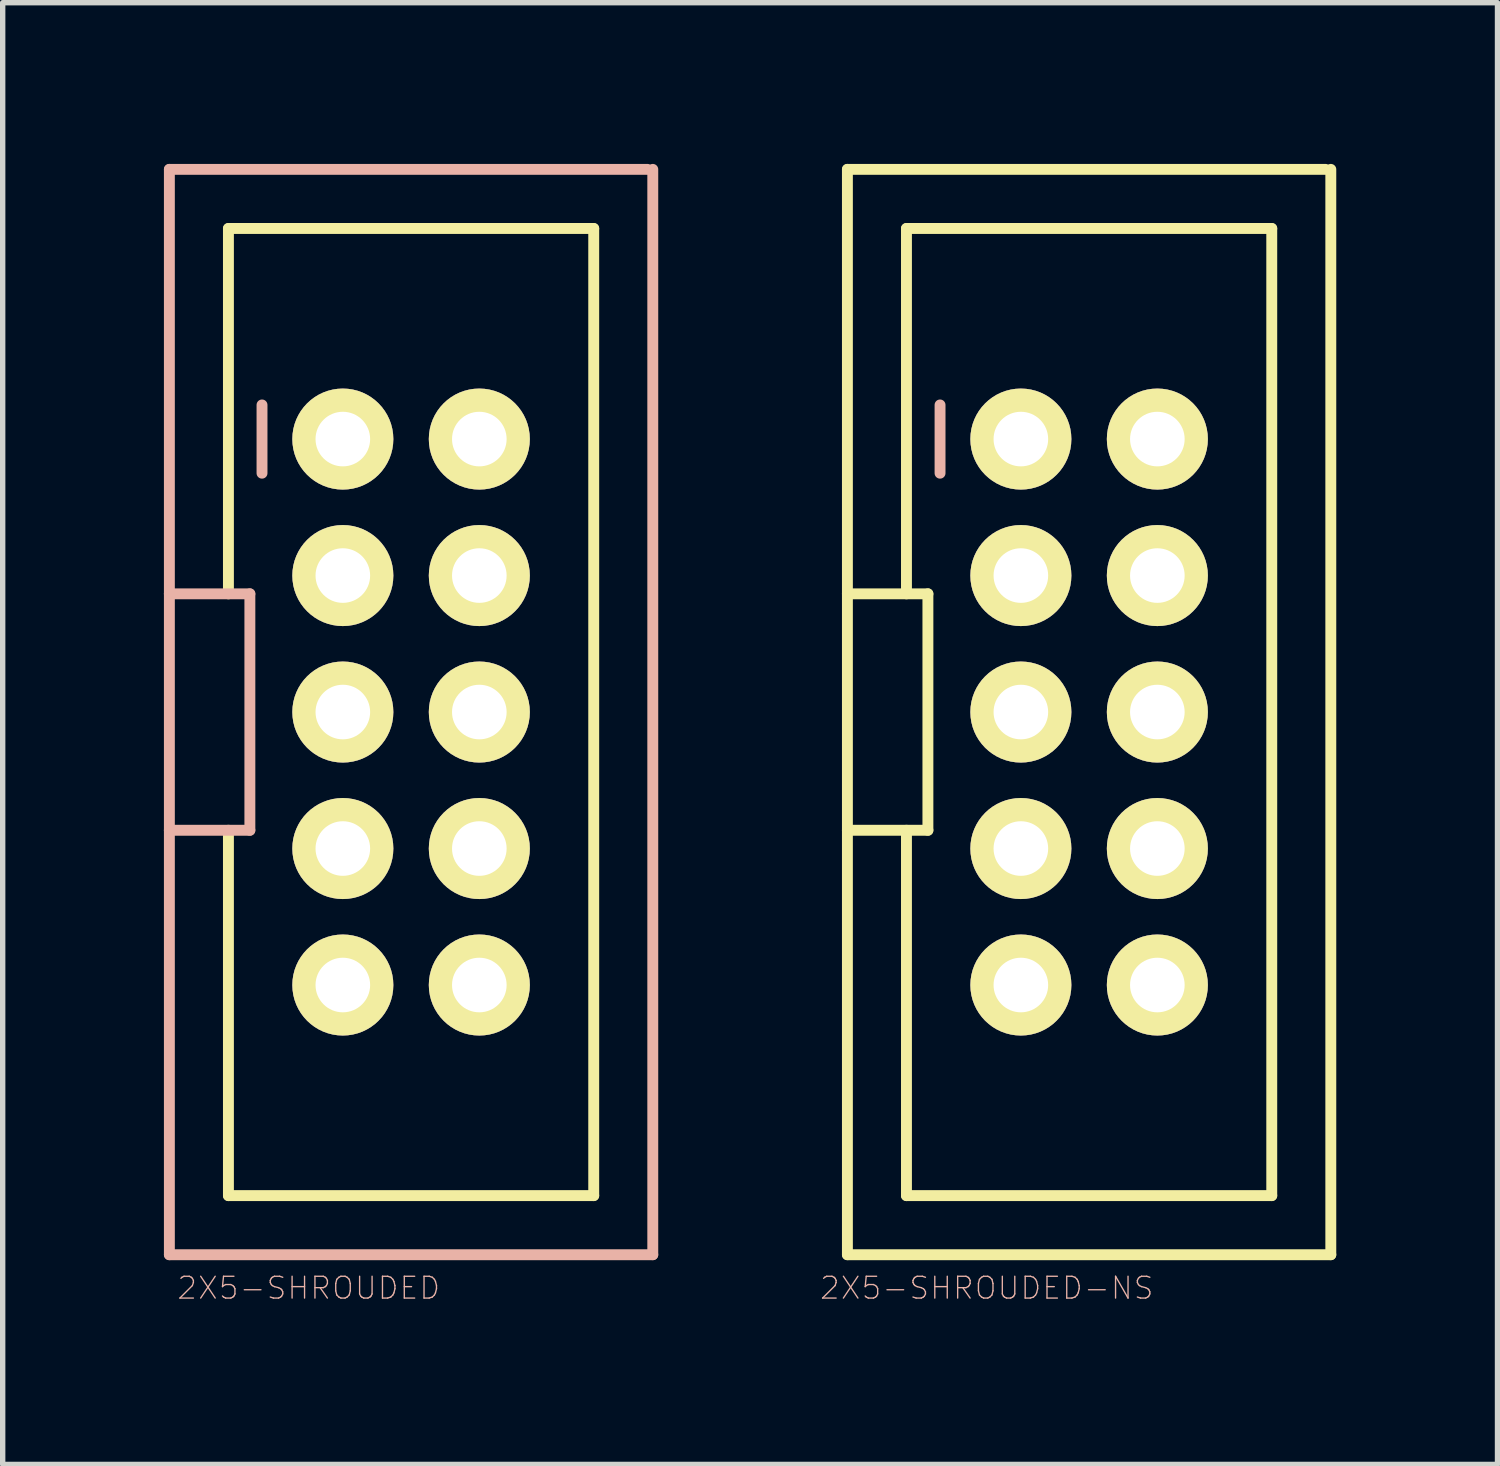
<source format=kicad_pcb>
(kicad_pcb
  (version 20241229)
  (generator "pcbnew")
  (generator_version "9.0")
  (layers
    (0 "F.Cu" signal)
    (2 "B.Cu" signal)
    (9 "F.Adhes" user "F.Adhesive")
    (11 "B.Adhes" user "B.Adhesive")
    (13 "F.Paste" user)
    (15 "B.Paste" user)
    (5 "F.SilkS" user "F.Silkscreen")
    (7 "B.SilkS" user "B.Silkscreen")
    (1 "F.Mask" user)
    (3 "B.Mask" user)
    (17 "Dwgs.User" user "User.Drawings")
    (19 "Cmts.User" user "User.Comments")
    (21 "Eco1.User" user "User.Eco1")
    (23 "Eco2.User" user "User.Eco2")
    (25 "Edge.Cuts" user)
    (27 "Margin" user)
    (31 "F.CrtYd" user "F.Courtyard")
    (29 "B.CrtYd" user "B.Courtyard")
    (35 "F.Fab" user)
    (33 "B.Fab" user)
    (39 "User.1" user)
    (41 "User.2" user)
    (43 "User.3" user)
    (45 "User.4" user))
  (footprint "2X5-SHROUDED-NS"
    (layer "F.Cu")
    (at 17.218 10.201)
    (property "Reference" "2X5-SHROUDED-NS" (at -1.905 10.719 0) (layer "B.SilkS") (effects (font (size 0.406 0.406) (thickness 0.025))))
    (attr exclude_from_pos_files exclude_from_bom)
    (fp_line (start -4.498 -10.099) (end 4.399 -10.099) (stroke (width 0.203) (type solid)) (layer "F.SilkS"))
    (fp_line (start -4.498 -2.2) (end -4.498 -10.099) (stroke (width 0.203) (type solid)) (layer "F.SilkS"))
    (fp_line (start -4.498 -2.2) (end -3 -2.2) (stroke (width 0.203) (type solid)) (layer "F.SilkS"))
    (fp_line (start -4.498 2.2) (end -4.498 -2.2) (stroke (width 0.203) (type solid)) (layer "F.SilkS"))
    (fp_line (start -4.498 10.099) (end -4.498 2.2) (stroke (width 0.203) (type solid)) (layer "F.SilkS"))
    (fp_line (start -3.399 -8.999) (end -3.399 -2.2) (stroke (width 0.203) (type solid)) (layer "F.SilkS"))
    (fp_line (start -3.399 -8.999) (end 3.399 -8.999) (stroke (width 0.203) (type solid)) (layer "F.SilkS"))
    (fp_line (start -3.399 8.999) (end -3.399 2.2) (stroke (width 0.203) (type solid)) (layer "F.SilkS"))
    (fp_line (start -3.399 8.999) (end 3.399 8.999) (stroke (width 0.203) (type solid)) (layer "F.SilkS"))
    (fp_line (start -3 -2.2) (end -3 2.2) (stroke (width 0.203) (type solid)) (layer "F.SilkS"))
    (fp_line (start -3 2.2) (end -4.498 2.2) (stroke (width 0.203) (type solid)) (layer "F.SilkS"))
    (fp_line (start -1.524 -5.334) (end -1.016 -5.334) (stroke (width 0.066) (type solid)) (layer "F.SilkS"))
    (fp_line (start -1.524 -4.826) (end -1.524 -5.334) (stroke (width 0.066) (type solid)) (layer "F.SilkS"))
    (fp_line (start -1.524 -4.826) (end -1.016 -4.826) (stroke (width 0.066) (type solid)) (layer "F.SilkS"))
    (fp_line (start -1.524 -2.794) (end -1.016 -2.794) (stroke (width 0.066) (type solid)) (layer "F.SilkS"))
    (fp_line (start -1.524 -2.286) (end -1.524 -2.794) (stroke (width 0.066) (type solid)) (layer "F.SilkS"))
    (fp_line (start -1.524 -2.286) (end -1.016 -2.286) (stroke (width 0.066) (type solid)) (layer "F.SilkS"))
    (fp_line (start -1.524 -0.254) (end -1.016 -0.254) (stroke (width 0.066) (type solid)) (layer "F.SilkS"))
    (fp_line (start -1.524 0.254) (end -1.524 -0.254) (stroke (width 0.066) (type solid)) (layer "F.SilkS"))
    (fp_line (start -1.524 0.254) (end -1.016 0.254) (stroke (width 0.066) (type solid)) (layer "F.SilkS"))
    (fp_line (start -1.524 2.286) (end -1.016 2.286) (stroke (width 0.066) (type solid)) (layer "F.SilkS"))
    (fp_line (start -1.524 2.286) (end -1.016 2.286) (stroke (width 0.066) (type solid)) (layer "F.SilkS"))
    (fp_line (start -1.524 2.794) (end -1.524 2.286) (stroke (width 0.066) (type solid)) (layer "F.SilkS"))
    (fp_line (start -1.524 2.794) (end -1.524 2.286) (stroke (width 0.066) (type solid)) (layer "F.SilkS"))
    (fp_line (start -1.524 2.794) (end -1.016 2.794) (stroke (width 0.066) (type solid)) (layer "F.SilkS"))
    (fp_line (start -1.524 2.794) (end -1.016 2.794) (stroke (width 0.066) (type solid)) (layer "F.SilkS"))
    (fp_line (start -1.524 4.826) (end -1.016 4.826) (stroke (width 0.066) (type solid)) (layer "F.SilkS"))
    (fp_line (start -1.524 5.334) (end -1.524 4.826) (stroke (width 0.066) (type solid)) (layer "F.SilkS"))
    (fp_line (start -1.524 5.334) (end -1.016 5.334) (stroke (width 0.066) (type solid)) (layer "F.SilkS"))
    (fp_line (start -1.016 -4.826) (end -1.016 -5.334) (stroke (width 0.066) (type solid)) (layer "F.SilkS"))
    (fp_line (start -1.016 -2.286) (end -1.016 -2.794) (stroke (width 0.066) (type solid)) (layer "F.SilkS"))
    (fp_line (start -1.016 0.254) (end -1.016 -0.254) (stroke (width 0.066) (type solid)) (layer "F.SilkS"))
    (fp_line (start -1.016 2.794) (end -1.016 2.286) (stroke (width 0.066) (type solid)) (layer "F.SilkS"))
    (fp_line (start -1.016 2.794) (end -1.016 2.286) (stroke (width 0.066) (type solid)) (layer "F.SilkS"))
    (fp_line (start -1.016 5.334) (end -1.016 4.826) (stroke (width 0.066) (type solid)) (layer "F.SilkS"))
    (fp_line (start 1.016 -5.334) (end 1.524 -5.334) (stroke (width 0.066) (type solid)) (layer "F.SilkS"))
    (fp_line (start 1.016 -4.826) (end 1.016 -5.334) (stroke (width 0.066) (type solid)) (layer "F.SilkS"))
    (fp_line (start 1.016 -4.826) (end 1.524 -4.826) (stroke (width 0.066) (type solid)) (layer "F.SilkS"))
    (fp_line (start 1.016 -2.794) (end 1.524 -2.794) (stroke (width 0.066) (type solid)) (layer "F.SilkS"))
    (fp_line (start 1.016 -2.286) (end 1.016 -2.794) (stroke (width 0.066) (type solid)) (layer "F.SilkS"))
    (fp_line (start 1.016 -2.286) (end 1.524 -2.286) (stroke (width 0.066) (type solid)) (layer "F.SilkS"))
    (fp_line (start 1.016 -0.254) (end 1.524 -0.254) (stroke (width 0.066) (type solid)) (layer "F.SilkS"))
    (fp_line (start 1.016 0.254) (end 1.016 -0.254) (stroke (width 0.066) (type solid)) (layer "F.SilkS"))
    (fp_line (start 1.016 0.254) (end 1.524 0.254) (stroke (width 0.066) (type solid)) (layer "F.SilkS"))
    (fp_line (start 1.016 2.286) (end 1.524 2.286) (stroke (width 0.066) (type solid)) (layer "F.SilkS"))
    (fp_line (start 1.016 2.286) (end 1.524 2.286) (stroke (width 0.066) (type solid)) (layer "F.SilkS"))
    (fp_line (start 1.016 2.794) (end 1.016 2.286) (stroke (width 0.066) (type solid)) (layer "F.SilkS"))
    (fp_line (start 1.016 2.794) (end 1.016 2.286) (stroke (width 0.066) (type solid)) (layer "F.SilkS"))
    (fp_line (start 1.016 2.794) (end 1.524 2.794) (stroke (width 0.066) (type solid)) (layer "F.SilkS"))
    (fp_line (start 1.016 2.794) (end 1.524 2.794) (stroke (width 0.066) (type solid)) (layer "F.SilkS"))
    (fp_line (start 1.016 4.826) (end 1.524 4.826) (stroke (width 0.066) (type solid)) (layer "F.SilkS"))
    (fp_line (start 1.016 5.334) (end 1.016 4.826) (stroke (width 0.066) (type solid)) (layer "F.SilkS"))
    (fp_line (start 1.016 5.334) (end 1.524 5.334) (stroke (width 0.066) (type solid)) (layer "F.SilkS"))
    (fp_line (start 1.524 -4.826) (end 1.524 -5.334) (stroke (width 0.066) (type solid)) (layer "F.SilkS"))
    (fp_line (start 1.524 -2.286) (end 1.524 -2.794) (stroke (width 0.066) (type solid)) (layer "F.SilkS"))
    (fp_line (start 1.524 0.254) (end 1.524 -0.254) (stroke (width 0.066) (type solid)) (layer "F.SilkS"))
    (fp_line (start 1.524 2.794) (end 1.524 2.286) (stroke (width 0.066) (type solid)) (layer "F.SilkS"))
    (fp_line (start 1.524 2.794) (end 1.524 2.286) (stroke (width 0.066) (type solid)) (layer "F.SilkS"))
    (fp_line (start 1.524 5.334) (end 1.524 4.826) (stroke (width 0.066) (type solid)) (layer "F.SilkS"))
    (fp_line (start 3.399 -8.999) (end 3.399 8.999) (stroke (width 0.203) (type solid)) (layer "F.SilkS"))
    (fp_line (start 4.498 -10.099) (end 4.498 10.099) (stroke (width 0.203) (type solid)) (layer "F.SilkS"))
    (fp_line (start 4.498 10.099) (end -4.498 10.099) (stroke (width 0.203) (type solid)) (layer "F.SilkS"))
    (fp_line (start -2.774 -5.715) (end -2.774 -4.445) (stroke (width 0.203) (type solid)) (layer "B.SilkS"))
    (pad "1" thru_hole circle (at -1.27 -5.08) (size 1.88 1.88) (drill 1.016) (layers "*.Cu" "F.Mask" "F.SilkS" "F.Paste"))
    (pad "2" thru_hole circle (at 1.27 -5.08) (size 1.88 1.88) (drill 1.016) (layers "*.Cu" "F.Mask" "F.SilkS" "F.Paste"))
    (pad "3" thru_hole circle (at -1.27 -2.54) (size 1.88 1.88) (drill 1.016) (layers "*.Cu" "F.Mask" "F.SilkS" "F.Paste"))
    (pad "4" thru_hole circle (at 1.27 -2.54) (size 1.88 1.88) (drill 1.016) (layers "*.Cu" "F.Mask" "F.SilkS" "F.Paste"))
    (pad "5" thru_hole circle (at -1.27 0) (size 1.88 1.88) (drill 1.016) (layers "*.Cu" "F.Mask" "F.SilkS" "F.Paste"))
    (pad "6" thru_hole circle (at 1.27 0) (size 1.88 1.88) (drill 1.016) (layers "*.Cu" "F.Mask" "F.SilkS" "F.Paste"))
    (pad "7" thru_hole circle (at -1.27 2.54) (size 1.88 1.88) (drill 1.016) (layers "*.Cu" "F.Mask" "F.SilkS" "F.Paste"))
    (pad "8" thru_hole circle (at 1.27 2.54) (size 1.88 1.88) (drill 1.016) (layers "*.Cu" "F.Mask" "F.SilkS" "F.Paste"))
    (pad "9" thru_hole circle (at -1.27 5.08) (size 1.88 1.88) (drill 1.016) (layers "*.Cu" "F.Mask" "F.SilkS" "F.Paste"))
    (pad "10" thru_hole circle (at 1.27 5.08) (size 1.88 1.88) (drill 1.016) (layers "*.Cu" "F.Mask" "F.SilkS" "F.Paste")))
  (footprint "2X5-SHROUDED"
    (layer "F.Cu")
    (at 4.6 10.201)
    (property "Reference" "2X5-SHROUDED" (at -1.905 10.719 0) (layer "B.SilkS") (effects (font (size 0.406 0.406) (thickness 0.025))))
    (attr exclude_from_pos_files exclude_from_bom)
    (fp_line (start -3.399 -8.999) (end -3.399 -2.2) (stroke (width 0.203) (type solid)) (layer "F.SilkS"))
    (fp_line (start -3.399 -8.999) (end 3.399 -8.999) (stroke (width 0.203) (type solid)) (layer "F.SilkS"))
    (fp_line (start -3.399 8.999) (end -3.399 2.2) (stroke (width 0.203) (type solid)) (layer "F.SilkS"))
    (fp_line (start -3.399 8.999) (end 3.399 8.999) (stroke (width 0.203) (type solid)) (layer "F.SilkS"))
    (fp_line (start -1.524 -5.334) (end -1.016 -5.334) (stroke (width 0.066) (type solid)) (layer "F.SilkS"))
    (fp_line (start -1.524 -4.826) (end -1.524 -5.334) (stroke (width 0.066) (type solid)) (layer "F.SilkS"))
    (fp_line (start -1.524 -4.826) (end -1.016 -4.826) (stroke (width 0.066) (type solid)) (layer "F.SilkS"))
    (fp_line (start -1.524 -2.794) (end -1.016 -2.794) (stroke (width 0.066) (type solid)) (layer "F.SilkS"))
    (fp_line (start -1.524 -2.286) (end -1.524 -2.794) (stroke (width 0.066) (type solid)) (layer "F.SilkS"))
    (fp_line (start -1.524 -2.286) (end -1.016 -2.286) (stroke (width 0.066) (type solid)) (layer "F.SilkS"))
    (fp_line (start -1.524 -0.254) (end -1.016 -0.254) (stroke (width 0.066) (type solid)) (layer "F.SilkS"))
    (fp_line (start -1.524 0.254) (end -1.524 -0.254) (stroke (width 0.066) (type solid)) (layer "F.SilkS"))
    (fp_line (start -1.524 0.254) (end -1.016 0.254) (stroke (width 0.066) (type solid)) (layer "F.SilkS"))
    (fp_line (start -1.524 2.286) (end -1.016 2.286) (stroke (width 0.066) (type solid)) (layer "F.SilkS"))
    (fp_line (start -1.524 2.286) (end -1.016 2.286) (stroke (width 0.066) (type solid)) (layer "F.SilkS"))
    (fp_line (start -1.524 2.794) (end -1.524 2.286) (stroke (width 0.066) (type solid)) (layer "F.SilkS"))
    (fp_line (start -1.524 2.794) (end -1.524 2.286) (stroke (width 0.066) (type solid)) (layer "F.SilkS"))
    (fp_line (start -1.524 2.794) (end -1.016 2.794) (stroke (width 0.066) (type solid)) (layer "F.SilkS"))
    (fp_line (start -1.524 2.794) (end -1.016 2.794) (stroke (width 0.066) (type solid)) (layer "F.SilkS"))
    (fp_line (start -1.524 4.826) (end -1.016 4.826) (stroke (width 0.066) (type solid)) (layer "F.SilkS"))
    (fp_line (start -1.524 5.334) (end -1.524 4.826) (stroke (width 0.066) (type solid)) (layer "F.SilkS"))
    (fp_line (start -1.524 5.334) (end -1.016 5.334) (stroke (width 0.066) (type solid)) (layer "F.SilkS"))
    (fp_line (start -1.016 -4.826) (end -1.016 -5.334) (stroke (width 0.066) (type solid)) (layer "F.SilkS"))
    (fp_line (start -1.016 -2.286) (end -1.016 -2.794) (stroke (width 0.066) (type solid)) (layer "F.SilkS"))
    (fp_line (start -1.016 0.254) (end -1.016 -0.254) (stroke (width 0.066) (type solid)) (layer "F.SilkS"))
    (fp_line (start -1.016 2.794) (end -1.016 2.286) (stroke (width 0.066) (type solid)) (layer "F.SilkS"))
    (fp_line (start -1.016 2.794) (end -1.016 2.286) (stroke (width 0.066) (type solid)) (layer "F.SilkS"))
    (fp_line (start -1.016 5.334) (end -1.016 4.826) (stroke (width 0.066) (type solid)) (layer "F.SilkS"))
    (fp_line (start 1.016 -5.334) (end 1.524 -5.334) (stroke (width 0.066) (type solid)) (layer "F.SilkS"))
    (fp_line (start 1.016 -4.826) (end 1.016 -5.334) (stroke (width 0.066) (type solid)) (layer "F.SilkS"))
    (fp_line (start 1.016 -4.826) (end 1.524 -4.826) (stroke (width 0.066) (type solid)) (layer "F.SilkS"))
    (fp_line (start 1.016 -2.794) (end 1.524 -2.794) (stroke (width 0.066) (type solid)) (layer "F.SilkS"))
    (fp_line (start 1.016 -2.286) (end 1.016 -2.794) (stroke (width 0.066) (type solid)) (layer "F.SilkS"))
    (fp_line (start 1.016 -2.286) (end 1.524 -2.286) (stroke (width 0.066) (type solid)) (layer "F.SilkS"))
    (fp_line (start 1.016 -0.254) (end 1.524 -0.254) (stroke (width 0.066) (type solid)) (layer "F.SilkS"))
    (fp_line (start 1.016 0.254) (end 1.016 -0.254) (stroke (width 0.066) (type solid)) (layer "F.SilkS"))
    (fp_line (start 1.016 0.254) (end 1.524 0.254) (stroke (width 0.066) (type solid)) (layer "F.SilkS"))
    (fp_line (start 1.016 2.286) (end 1.524 2.286) (stroke (width 0.066) (type solid)) (layer "F.SilkS"))
    (fp_line (start 1.016 2.286) (end 1.524 2.286) (stroke (width 0.066) (type solid)) (layer "F.SilkS"))
    (fp_line (start 1.016 2.794) (end 1.016 2.286) (stroke (width 0.066) (type solid)) (layer "F.SilkS"))
    (fp_line (start 1.016 2.794) (end 1.016 2.286) (stroke (width 0.066) (type solid)) (layer "F.SilkS"))
    (fp_line (start 1.016 2.794) (end 1.524 2.794) (stroke (width 0.066) (type solid)) (layer "F.SilkS"))
    (fp_line (start 1.016 2.794) (end 1.524 2.794) (stroke (width 0.066) (type solid)) (layer "F.SilkS"))
    (fp_line (start 1.016 4.826) (end 1.524 4.826) (stroke (width 0.066) (type solid)) (layer "F.SilkS"))
    (fp_line (start 1.016 5.334) (end 1.016 4.826) (stroke (width 0.066) (type solid)) (layer "F.SilkS"))
    (fp_line (start 1.016 5.334) (end 1.524 5.334) (stroke (width 0.066) (type solid)) (layer "F.SilkS"))
    (fp_line (start 1.524 -4.826) (end 1.524 -5.334) (stroke (width 0.066) (type solid)) (layer "F.SilkS"))
    (fp_line (start 1.524 -2.286) (end 1.524 -2.794) (stroke (width 0.066) (type solid)) (layer "F.SilkS"))
    (fp_line (start 1.524 0.254) (end 1.524 -0.254) (stroke (width 0.066) (type solid)) (layer "F.SilkS"))
    (fp_line (start 1.524 2.794) (end 1.524 2.286) (stroke (width 0.066) (type solid)) (layer "F.SilkS"))
    (fp_line (start 1.524 2.794) (end 1.524 2.286) (stroke (width 0.066) (type solid)) (layer "F.SilkS"))
    (fp_line (start 1.524 5.334) (end 1.524 4.826) (stroke (width 0.066) (type solid)) (layer "F.SilkS"))
    (fp_line (start 3.399 -8.999) (end 3.399 8.999) (stroke (width 0.203) (type solid)) (layer "F.SilkS"))
    (fp_line (start -4.498 -10.099) (end 4.399 -10.099) (stroke (width 0.203) (type solid)) (layer "B.SilkS"))
    (fp_line (start -4.498 -2.2) (end -4.498 -10.099) (stroke (width 0.203) (type solid)) (layer "B.SilkS"))
    (fp_line (start -4.498 -2.2) (end -3 -2.2) (stroke (width 0.203) (type solid)) (layer "B.SilkS"))
    (fp_line (start -4.498 2.2) (end -4.498 -2.2) (stroke (width 0.203) (type solid)) (layer "B.SilkS"))
    (fp_line (start -4.498 10.099) (end -4.498 2.2) (stroke (width 0.203) (type solid)) (layer "B.SilkS"))
    (fp_line (start -3 -2.2) (end -3 2.2) (stroke (width 0.203) (type solid)) (layer "B.SilkS"))
    (fp_line (start -3 2.2) (end -4.498 2.2) (stroke (width 0.203) (type solid)) (layer "B.SilkS"))
    (fp_line (start -2.774 -5.715) (end -2.774 -4.445) (stroke (width 0.203) (type solid)) (layer "B.SilkS"))
    (fp_line (start 4.498 -10.099) (end 4.498 10.099) (stroke (width 0.203) (type solid)) (layer "B.SilkS"))
    (fp_line (start 4.498 10.099) (end -4.498 10.099) (stroke (width 0.203) (type solid)) (layer "B.SilkS"))
    (pad "1" thru_hole circle (at -1.27 -5.08) (size 1.88 1.88) (drill 1.016) (layers "*.Cu" "F.Mask" "F.SilkS" "F.Paste"))
    (pad "2" thru_hole circle (at 1.27 -5.08) (size 1.88 1.88) (drill 1.016) (layers "*.Cu" "F.Mask" "F.SilkS" "F.Paste"))
    (pad "3" thru_hole circle (at -1.27 -2.54) (size 1.88 1.88) (drill 1.016) (layers "*.Cu" "F.Mask" "F.SilkS" "F.Paste"))
    (pad "4" thru_hole circle (at 1.27 -2.54) (size 1.88 1.88) (drill 1.016) (layers "*.Cu" "F.Mask" "F.SilkS" "F.Paste"))
    (pad "5" thru_hole circle (at -1.27 0) (size 1.88 1.88) (drill 1.016) (layers "*.Cu" "F.Mask" "F.SilkS" "F.Paste"))
    (pad "6" thru_hole circle (at 1.27 0) (size 1.88 1.88) (drill 1.016) (layers "*.Cu" "F.Mask" "F.SilkS" "F.Paste"))
    (pad "7" thru_hole circle (at -1.27 2.54) (size 1.88 1.88) (drill 1.016) (layers "*.Cu" "F.Mask" "F.SilkS" "F.Paste"))
    (pad "8" thru_hole circle (at 1.27 2.54) (size 1.88 1.88) (drill 1.016) (layers "*.Cu" "F.Mask" "F.SilkS" "F.Paste"))
    (pad "9" thru_hole circle (at -1.27 5.08) (size 1.88 1.88) (drill 1.016) (layers "*.Cu" "F.Mask" "F.SilkS" "F.Paste"))
    (pad "10" thru_hole circle (at 1.27 5.08) (size 1.88 1.88) (drill 1.016) (layers "*.Cu" "F.Mask" "F.SilkS" "F.Paste")))
  (gr_rect
    (start -3 -3)
    (end 24.818 24.202)
    (stroke (width 0.1) (type default))
    (fill no)
    (layer "Edge.Cuts")))
</source>
